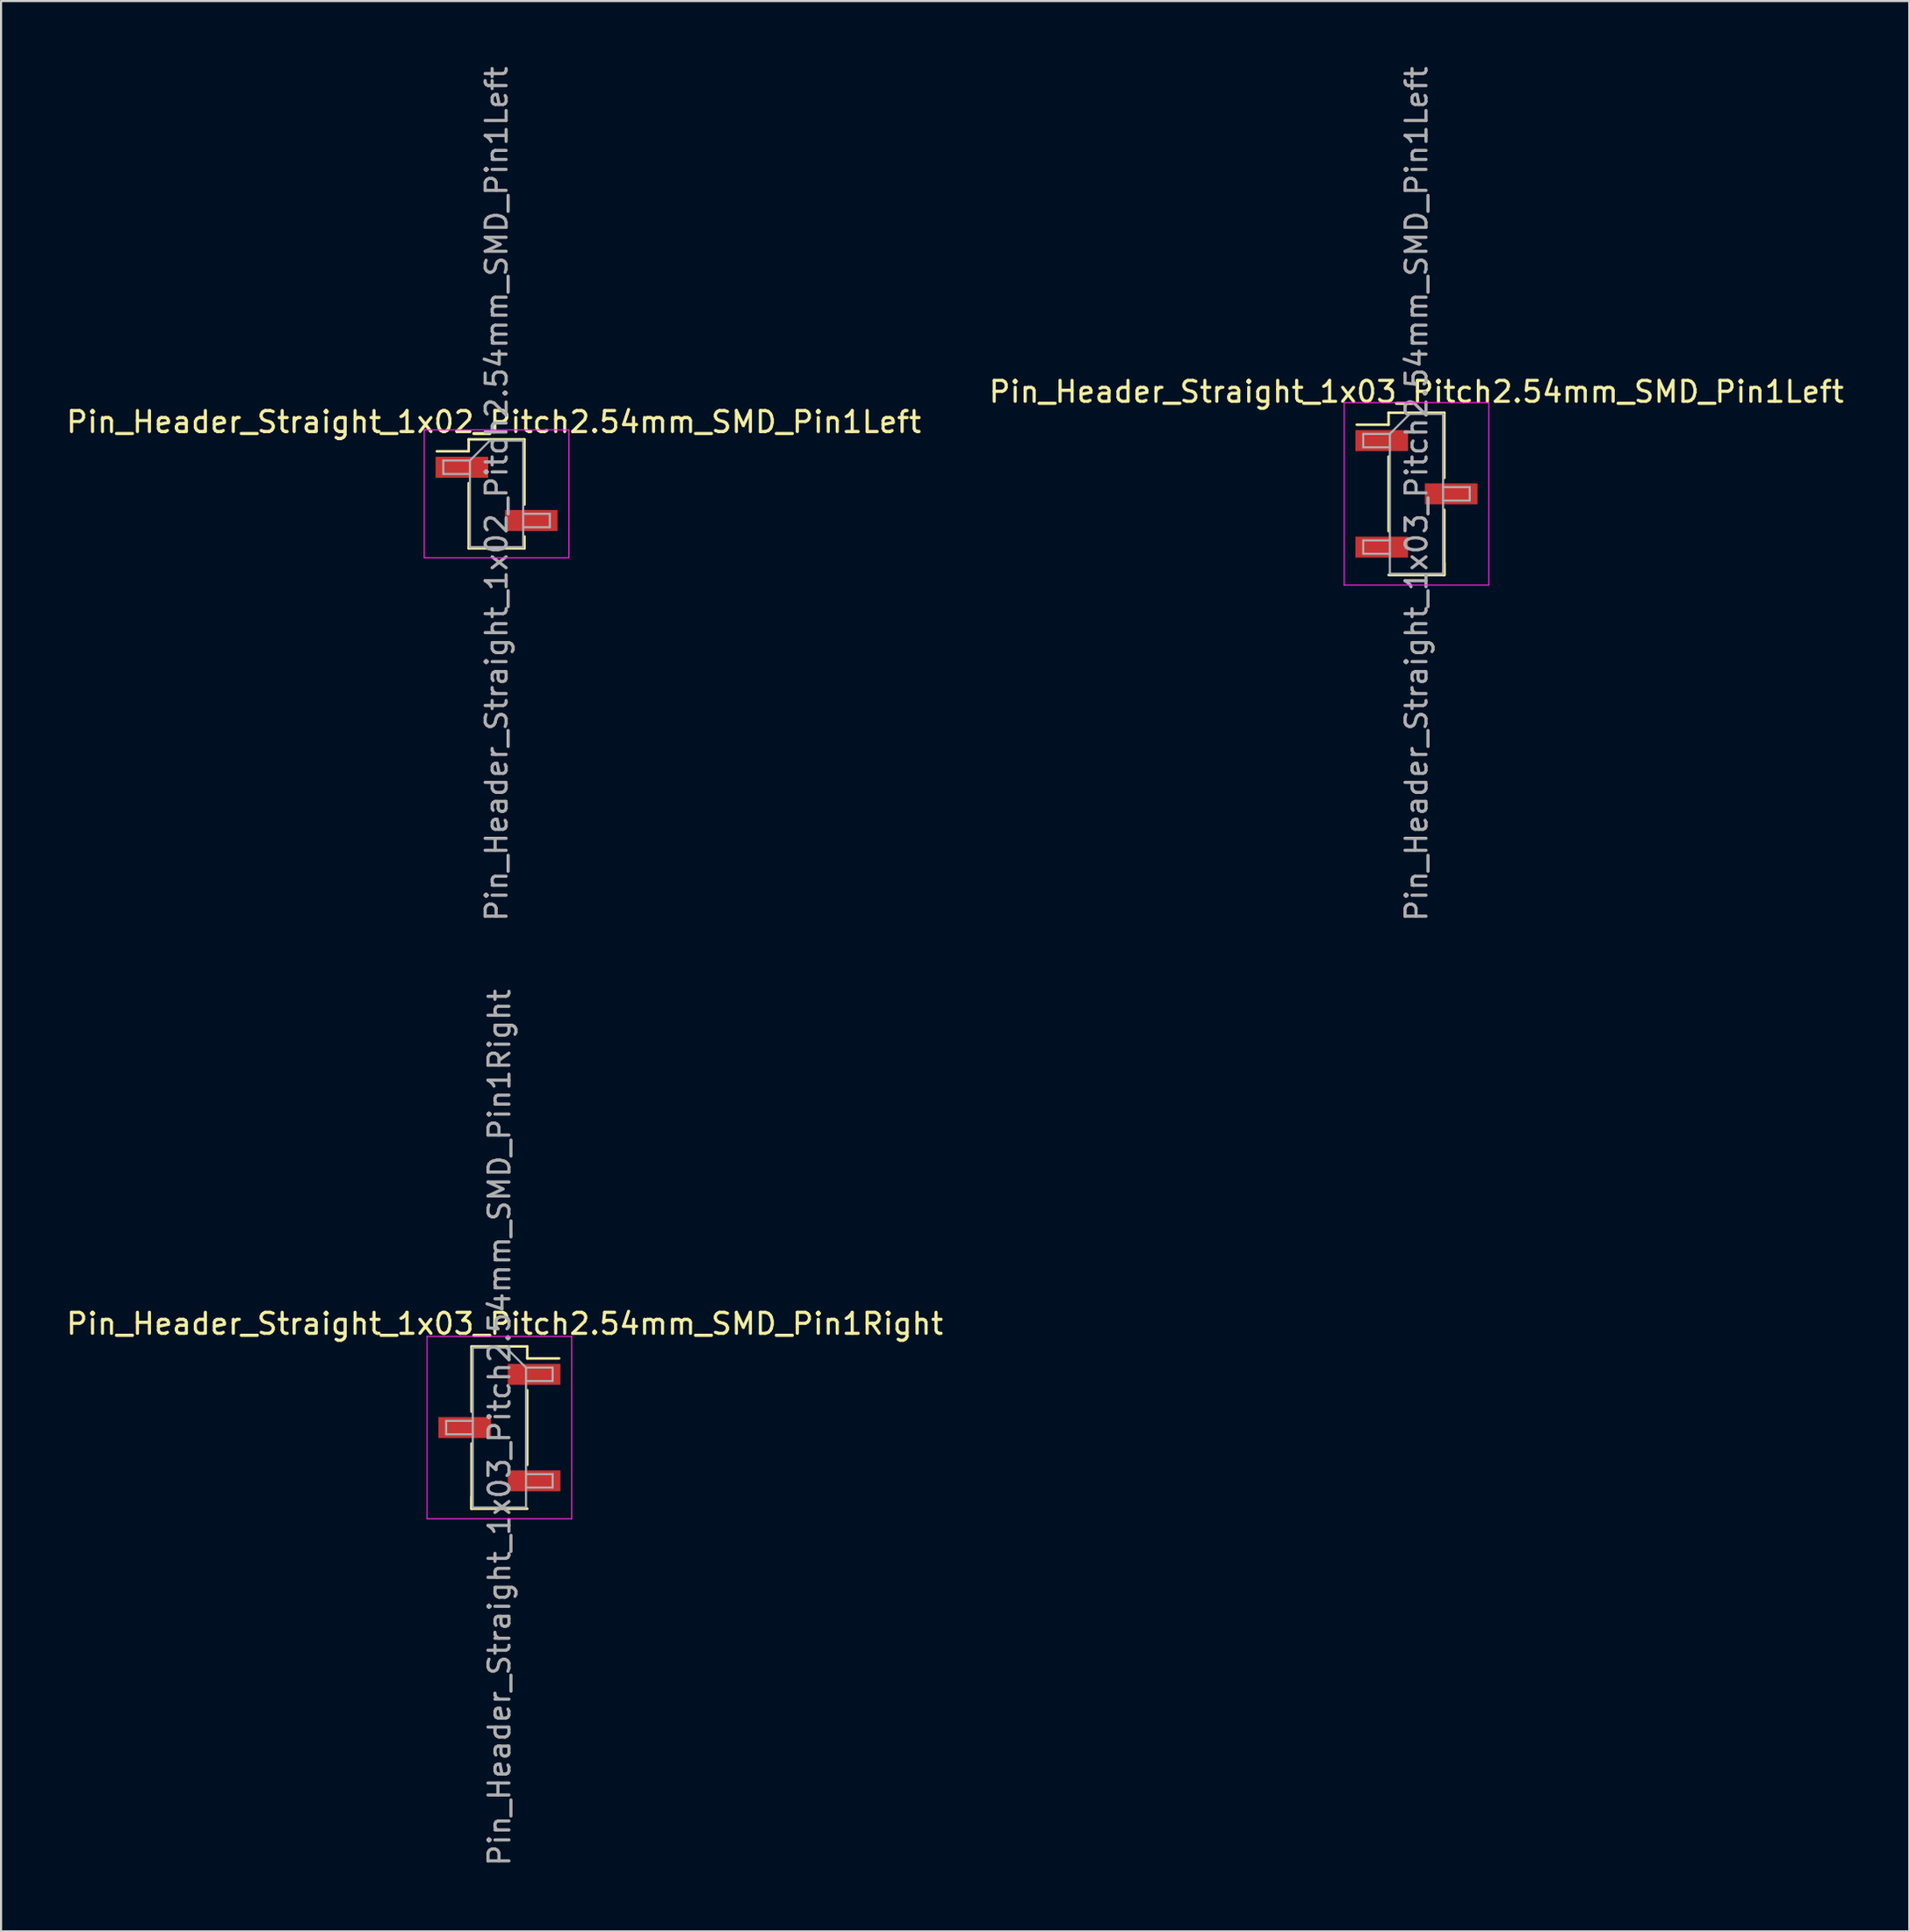
<source format=kicad_pcb>
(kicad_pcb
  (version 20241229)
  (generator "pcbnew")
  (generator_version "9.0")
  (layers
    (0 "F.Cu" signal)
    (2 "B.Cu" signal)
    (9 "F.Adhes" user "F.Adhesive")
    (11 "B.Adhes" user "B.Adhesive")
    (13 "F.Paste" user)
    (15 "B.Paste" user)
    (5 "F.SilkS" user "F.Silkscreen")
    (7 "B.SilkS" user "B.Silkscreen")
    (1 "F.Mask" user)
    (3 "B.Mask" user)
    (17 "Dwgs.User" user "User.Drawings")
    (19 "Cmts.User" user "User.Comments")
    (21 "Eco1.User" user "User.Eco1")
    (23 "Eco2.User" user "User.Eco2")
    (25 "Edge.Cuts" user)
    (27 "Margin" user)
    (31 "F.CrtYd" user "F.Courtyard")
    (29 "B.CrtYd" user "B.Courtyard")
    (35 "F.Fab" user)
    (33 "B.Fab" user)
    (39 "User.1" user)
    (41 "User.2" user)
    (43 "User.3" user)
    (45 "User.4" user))
  (footprint "Pin_Header_Straight_1x03_Pitch2.54mm_SMD_Pin1Left"
    (layer "F.Cu")
    (at 64.518 20.506)
    (property "Reference" "Pin_Header_Straight_1x03_Pitch2.54mm_SMD_Pin1Left" (at 0 -4.87 0) (layer "F.SilkS") (effects (font (size 1 1) (thickness 0.15))))
    (attr smd)
    (fp_line (start -1.33 -3.87) (end -1.33 -3.3) (stroke (width 0.12) (type solid)) (layer "F.SilkS"))
    (fp_line (start -1.33 -3.87) (end 1.33 -3.87) (stroke (width 0.12) (type solid)) (layer "F.SilkS"))
    (fp_line (start -1.33 -3.3) (end -2.85 -3.3) (stroke (width 0.12) (type solid)) (layer "F.SilkS"))
    (fp_line (start -1.33 -1.78) (end -1.33 1.78) (stroke (width 0.12) (type solid)) (layer "F.SilkS"))
    (fp_line (start -1.33 3.87) (end 1.33 3.87) (stroke (width 0.12) (type solid)) (layer "F.SilkS"))
    (fp_line (start 1.33 -3.87) (end 1.33 -0.76) (stroke (width 0.12) (type solid)) (layer "F.SilkS"))
    (fp_line (start 1.33 0.76) (end 1.33 3.87) (stroke (width 0.12) (type solid)) (layer "F.SilkS"))
    (fp_line (start 1.33 3.3) (end 1.33 3.87) (stroke (width 0.12) (type solid)) (layer "F.SilkS"))
    (fp_line (start -3.45 -4.35) (end -3.45 4.35) (stroke (width 0.05) (type solid)) (layer "F.CrtYd"))
    (fp_line (start -3.45 4.35) (end 3.45 4.35) (stroke (width 0.05) (type solid)) (layer "F.CrtYd"))
    (fp_line (start 3.45 -4.35) (end -3.45 -4.35) (stroke (width 0.05) (type solid)) (layer "F.CrtYd"))
    (fp_line (start 3.45 4.35) (end 3.45 -4.35) (stroke (width 0.05) (type solid)) (layer "F.CrtYd"))
    (fp_line (start -2.54 -2.86) (end -2.54 -2.22) (stroke (width 0.1) (type solid)) (layer "F.Fab"))
    (fp_line (start -2.54 -2.22) (end -1.27 -2.22) (stroke (width 0.1) (type solid)) (layer "F.Fab"))
    (fp_line (start -2.54 2.22) (end -2.54 2.86) (stroke (width 0.1) (type solid)) (layer "F.Fab"))
    (fp_line (start -2.54 2.86) (end -1.27 2.86) (stroke (width 0.1) (type solid)) (layer "F.Fab"))
    (fp_line (start -1.27 -2.86) (end -2.54 -2.86) (stroke (width 0.1) (type solid)) (layer "F.Fab"))
    (fp_line (start -1.27 -2.86) (end -0.32 -3.81) (stroke (width 0.1) (type solid)) (layer "F.Fab"))
    (fp_line (start -1.27 2.22) (end -2.54 2.22) (stroke (width 0.1) (type solid)) (layer "F.Fab"))
    (fp_line (start -1.27 3.81) (end -1.27 -2.86) (stroke (width 0.1) (type solid)) (layer "F.Fab"))
    (fp_line (start -0.32 -3.81) (end 1.27 -3.81) (stroke (width 0.1) (type solid)) (layer "F.Fab"))
    (fp_line (start 1.27 -3.81) (end 1.27 3.81) (stroke (width 0.1) (type solid)) (layer "F.Fab"))
    (fp_line (start 1.27 -0.32) (end 2.54 -0.32) (stroke (width 0.1) (type solid)) (layer "F.Fab"))
    (fp_line (start 1.27 3.81) (end -1.27 3.81) (stroke (width 0.1) (type solid)) (layer "F.Fab"))
    (fp_line (start 2.54 -0.32) (end 2.54 0.32) (stroke (width 0.1) (type solid)) (layer "F.Fab"))
    (fp_line (start 2.54 0.32) (end 1.27 0.32) (stroke (width 0.1) (type solid)) (layer "F.Fab"))
    (fp_text user "${REFERENCE}" (at 0 0 90) (layer "F.Fab") (effects (font (size 1 1) (thickness 0.15))))
    (pad "1" smd rect (at -1.655 -2.54) (size 2.51 1) (layers "F.Cu" "F.Mask" "F.Paste"))
    (pad "2" smd rect (at 1.655 0) (size 2.51 1) (layers "F.Cu" "F.Mask" "F.Paste"))
    (pad "3" smd rect (at -1.655 2.54) (size 2.51 1) (layers "F.Cu" "F.Mask" "F.Paste")))
  (footprint "Pin_Header_Straight_1x03_Pitch2.54mm_SMD_Pin1Right"
    (layer "F.Cu")
    (at 20.772 65.042)
    (property "Reference" "Pin_Header_Straight_1x03_Pitch2.54mm_SMD_Pin1Right" (at 0.258 -4.953 0) (layer "F.SilkS") (effects (font (size 1 1) (thickness 0.15))))
    (attr smd)
    (fp_line (start -1.33 -3.87) (end -1.33 -0.76) (stroke (width 0.12) (type solid)) (layer "F.SilkS"))
    (fp_line (start -1.33 -3.87) (end 1.33 -3.87) (stroke (width 0.12) (type solid)) (layer "F.SilkS"))
    (fp_line (start -1.33 0.76) (end -1.33 3.87) (stroke (width 0.12) (type solid)) (layer "F.SilkS"))
    (fp_line (start -1.33 3.3) (end -1.33 3.87) (stroke (width 0.12) (type solid)) (layer "F.SilkS"))
    (fp_line (start -1.33 3.87) (end 1.33 3.87) (stroke (width 0.12) (type solid)) (layer "F.SilkS"))
    (fp_line (start 1.33 -3.87) (end 1.33 -3.3) (stroke (width 0.12) (type solid)) (layer "F.SilkS"))
    (fp_line (start 1.33 -3.3) (end 2.85 -3.3) (stroke (width 0.12) (type solid)) (layer "F.SilkS"))
    (fp_line (start 1.33 -1.78) (end 1.33 1.78) (stroke (width 0.12) (type solid)) (layer "F.SilkS"))
    (fp_line (start -3.45 -4.35) (end -3.45 4.35) (stroke (width 0.05) (type solid)) (layer "F.CrtYd"))
    (fp_line (start -3.45 4.35) (end 3.45 4.35) (stroke (width 0.05) (type solid)) (layer "F.CrtYd"))
    (fp_line (start 3.45 -4.35) (end -3.45 -4.35) (stroke (width 0.05) (type solid)) (layer "F.CrtYd"))
    (fp_line (start 3.45 4.35) (end 3.45 -4.35) (stroke (width 0.05) (type solid)) (layer "F.CrtYd"))
    (fp_line (start -2.54 -0.32) (end -2.54 0.32) (stroke (width 0.1) (type solid)) (layer "F.Fab"))
    (fp_line (start -2.54 0.32) (end -1.27 0.32) (stroke (width 0.1) (type solid)) (layer "F.Fab"))
    (fp_line (start -1.27 -3.81) (end -1.27 3.81) (stroke (width 0.1) (type solid)) (layer "F.Fab"))
    (fp_line (start -1.27 -3.81) (end 0.32 -3.81) (stroke (width 0.1) (type solid)) (layer "F.Fab"))
    (fp_line (start -1.27 -0.32) (end -2.54 -0.32) (stroke (width 0.1) (type solid)) (layer "F.Fab"))
    (fp_line (start 1.27 -2.86) (end 0.32 -3.81) (stroke (width 0.1) (type solid)) (layer "F.Fab"))
    (fp_line (start 1.27 -2.86) (end 2.54 -2.86) (stroke (width 0.1) (type solid)) (layer "F.Fab"))
    (fp_line (start 1.27 2.22) (end 2.54 2.22) (stroke (width 0.1) (type solid)) (layer "F.Fab"))
    (fp_line (start 1.27 3.81) (end -1.27 3.81) (stroke (width 0.1) (type solid)) (layer "F.Fab"))
    (fp_line (start 1.27 3.81) (end 1.27 -2.86) (stroke (width 0.1) (type solid)) (layer "F.Fab"))
    (fp_line (start 2.54 -2.86) (end 2.54 -2.22) (stroke (width 0.1) (type solid)) (layer "F.Fab"))
    (fp_line (start 2.54 -2.22) (end 1.27 -2.22) (stroke (width 0.1) (type solid)) (layer "F.Fab"))
    (fp_line (start 2.54 2.22) (end 2.54 2.86) (stroke (width 0.1) (type solid)) (layer "F.Fab"))
    (fp_line (start 2.54 2.86) (end 1.27 2.86) (stroke (width 0.1) (type solid)) (layer "F.Fab"))
    (fp_text user "${REFERENCE}" (at 0 0 90) (layer "F.Fab") (effects (font (size 1 1) (thickness 0.15))))
    (pad "1" smd rect (at 1.655 -2.54) (size 2.51 1) (layers "F.Cu" "F.Mask" "F.Paste"))
    (pad "2" smd rect (at -1.655 0) (size 2.51 1) (layers "F.Cu" "F.Mask" "F.Paste"))
    (pad "3" smd rect (at 1.655 2.54) (size 2.51 1) (layers "F.Cu" "F.Mask" "F.Paste")))
  (footprint "Pin_Header_Straight_1x02_Pitch2.54mm_SMD_Pin1Left"
    (layer "F.Cu")
    (at 20.637 20.506)
    (property "Reference" "Pin_Header_Straight_1x02_Pitch2.54mm_SMD_Pin1Left" (at -0.131 -3.429 0) (layer "F.SilkS") (effects (font (size 1 1) (thickness 0.15))))
    (attr smd)
    (fp_line (start -1.33 -2.6) (end -1.33 -2.03) (stroke (width 0.12) (type solid)) (layer "F.SilkS"))
    (fp_line (start -1.33 -2.6) (end 1.33 -2.6) (stroke (width 0.12) (type solid)) (layer "F.SilkS"))
    (fp_line (start -1.33 -2.03) (end -2.85 -2.03) (stroke (width 0.12) (type solid)) (layer "F.SilkS"))
    (fp_line (start -1.33 -0.51) (end -1.33 2.6) (stroke (width 0.12) (type solid)) (layer "F.SilkS"))
    (fp_line (start -1.33 2.6) (end 1.33 2.6) (stroke (width 0.12) (type solid)) (layer "F.SilkS"))
    (fp_line (start 1.33 -2.6) (end 1.33 0.51) (stroke (width 0.12) (type solid)) (layer "F.SilkS"))
    (fp_line (start 1.33 2.03) (end 1.33 2.6) (stroke (width 0.12) (type solid)) (layer "F.SilkS"))
    (fp_line (start -3.45 -3.05) (end -3.45 3.05) (stroke (width 0.05) (type solid)) (layer "F.CrtYd"))
    (fp_line (start -3.45 3.05) (end 3.45 3.05) (stroke (width 0.05) (type solid)) (layer "F.CrtYd"))
    (fp_line (start 3.45 -3.05) (end -3.45 -3.05) (stroke (width 0.05) (type solid)) (layer "F.CrtYd"))
    (fp_line (start 3.45 3.05) (end 3.45 -3.05) (stroke (width 0.05) (type solid)) (layer "F.CrtYd"))
    (fp_line (start -2.54 -1.59) (end -2.54 -0.95) (stroke (width 0.1) (type solid)) (layer "F.Fab"))
    (fp_line (start -2.54 -0.95) (end -1.27 -0.95) (stroke (width 0.1) (type solid)) (layer "F.Fab"))
    (fp_line (start -1.27 -1.59) (end -2.54 -1.59) (stroke (width 0.1) (type solid)) (layer "F.Fab"))
    (fp_line (start -1.27 -1.59) (end -0.32 -2.54) (stroke (width 0.1) (type solid)) (layer "F.Fab"))
    (fp_line (start -1.27 2.54) (end -1.27 -1.59) (stroke (width 0.1) (type solid)) (layer "F.Fab"))
    (fp_line (start -0.32 -2.54) (end 1.27 -2.54) (stroke (width 0.1) (type solid)) (layer "F.Fab"))
    (fp_line (start 1.27 -2.54) (end 1.27 2.54) (stroke (width 0.1) (type solid)) (layer "F.Fab"))
    (fp_line (start 1.27 0.95) (end 2.54 0.95) (stroke (width 0.1) (type solid)) (layer "F.Fab"))
    (fp_line (start 1.27 2.54) (end -1.27 2.54) (stroke (width 0.1) (type solid)) (layer "F.Fab"))
    (fp_line (start 2.54 0.95) (end 2.54 1.59) (stroke (width 0.1) (type solid)) (layer "F.Fab"))
    (fp_line (start 2.54 1.59) (end 1.27 1.59) (stroke (width 0.1) (type solid)) (layer "F.Fab"))
    (fp_text user "${REFERENCE}" (at 0 0 90) (layer "F.Fab") (effects (font (size 1 1) (thickness 0.15))))
    (pad "1" smd rect (at -1.655 -1.27) (size 2.51 1) (layers "F.Cu" "F.Mask" "F.Paste"))
    (pad "2" smd rect (at 1.655 1.27) (size 2.51 1) (layers "F.Cu" "F.Mask" "F.Paste")))
  (gr_rect
    (start -3 -3)
    (end 88.024 89.071)
    (stroke (width 0.1) (type default))
    (fill no)
    (layer "Edge.Cuts")))
</source>
